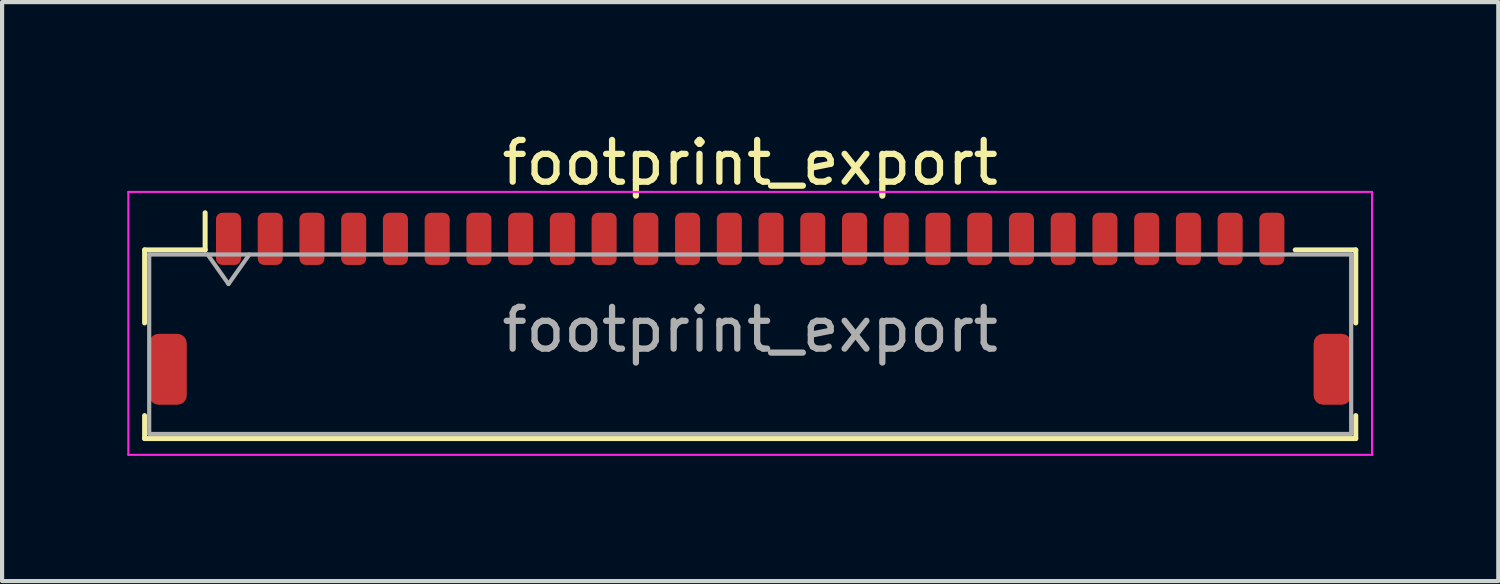
<source format=kicad_pcb>
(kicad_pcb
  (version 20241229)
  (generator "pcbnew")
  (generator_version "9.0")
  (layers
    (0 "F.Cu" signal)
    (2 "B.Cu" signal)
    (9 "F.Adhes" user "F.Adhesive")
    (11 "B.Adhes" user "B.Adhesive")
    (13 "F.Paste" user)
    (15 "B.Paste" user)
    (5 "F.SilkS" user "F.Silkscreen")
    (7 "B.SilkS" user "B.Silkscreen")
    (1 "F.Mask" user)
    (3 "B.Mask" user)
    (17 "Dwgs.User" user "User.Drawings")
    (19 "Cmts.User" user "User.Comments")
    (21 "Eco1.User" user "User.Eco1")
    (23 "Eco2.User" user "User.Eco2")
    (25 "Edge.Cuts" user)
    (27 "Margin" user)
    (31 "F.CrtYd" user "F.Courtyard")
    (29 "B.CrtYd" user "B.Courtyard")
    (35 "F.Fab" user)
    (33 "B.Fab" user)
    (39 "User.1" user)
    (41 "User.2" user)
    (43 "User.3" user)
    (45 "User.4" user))
  (footprint "footprint_export"
    (layer "F.Cu")
    (at 14.925 4.348)
    (property "Reference" "footprint_export" (at 0 -3.5 0) (layer "F.SilkS") (effects (font (size 1 1) (thickness 0.15))))
    (attr smd)
    (fp_line (start -14.51 -1.41) (end -13.06 -1.41) (stroke (width 0.12) (type solid)) (layer "F.SilkS"))
    (fp_line (start -14.51 0.34) (end -14.51 -1.41) (stroke (width 0.12) (type solid)) (layer "F.SilkS"))
    (fp_line (start -14.51 2.56) (end -14.51 3.11) (stroke (width 0.12) (type solid)) (layer "F.SilkS"))
    (fp_line (start -14.51 3.11) (end 14.51 3.11) (stroke (width 0.12) (type solid)) (layer "F.SilkS"))
    (fp_line (start -13.06 -1.41) (end -13.06 -2.3) (stroke (width 0.12) (type solid)) (layer "F.SilkS"))
    (fp_line (start 14.51 -1.41) (end 13.06 -1.41) (stroke (width 0.12) (type solid)) (layer "F.SilkS"))
    (fp_line (start 14.51 0.34) (end 14.51 -1.41) (stroke (width 0.12) (type solid)) (layer "F.SilkS"))
    (fp_line (start 14.51 3.11) (end 14.51 2.56) (stroke (width 0.12) (type solid)) (layer "F.SilkS"))
    (fp_line (start -14.9 -2.8) (end -14.9 3.5) (stroke (width 0.05) (type solid)) (layer "F.CrtYd"))
    (fp_line (start -14.9 3.5) (end 14.9 3.5) (stroke (width 0.05) (type solid)) (layer "F.CrtYd"))
    (fp_line (start 14.9 -2.8) (end -14.9 -2.8) (stroke (width 0.05) (type solid)) (layer "F.CrtYd"))
    (fp_line (start 14.9 3.5) (end 14.9 -2.8) (stroke (width 0.05) (type solid)) (layer "F.CrtYd"))
    (fp_line (start -14.4 -1.3) (end -14.4 3) (stroke (width 0.1) (type solid)) (layer "F.Fab"))
    (fp_line (start -14.4 -1.3) (end 14.4 -1.3) (stroke (width 0.1) (type solid)) (layer "F.Fab"))
    (fp_line (start -14.4 3) (end 14.4 3) (stroke (width 0.1) (type solid)) (layer "F.Fab"))
    (fp_line (start -13 -1.3) (end -12.5 -0.593) (stroke (width 0.1) (type solid)) (layer "F.Fab"))
    (fp_line (start -12.5 -0.593) (end -12 -1.3) (stroke (width 0.1) (type solid)) (layer "F.Fab"))
    (fp_line (start 14.4 -1.3) (end 14.4 3) (stroke (width 0.1) (type solid)) (layer "F.Fab"))
    (fp_text user "${REFERENCE}" (at 0 0.5 0) (layer "F.Fab") (effects (font (size 1 1) (thickness 0.15))))
    (pad "1" smd roundrect (at -12.5 -1.675) (size 0.6 1.25) (layers "F.Cu" "F.Mask" "F.Paste") (roundrect_rratio 0.25))
    (pad "2" smd roundrect (at -11.5 -1.675) (size 0.6 1.25) (layers "F.Cu" "F.Mask" "F.Paste") (roundrect_rratio 0.25))
    (pad "3" smd roundrect (at -10.5 -1.675) (size 0.6 1.25) (layers "F.Cu" "F.Mask" "F.Paste") (roundrect_rratio 0.25))
    (pad "4" smd roundrect (at -9.5 -1.675) (size 0.6 1.25) (layers "F.Cu" "F.Mask" "F.Paste") (roundrect_rratio 0.25))
    (pad "5" smd roundrect (at -8.5 -1.675) (size 0.6 1.25) (layers "F.Cu" "F.Mask" "F.Paste") (roundrect_rratio 0.25))
    (pad "6" smd roundrect (at -7.5 -1.675) (size 0.6 1.25) (layers "F.Cu" "F.Mask" "F.Paste") (roundrect_rratio 0.25))
    (pad "7" smd roundrect (at -6.5 -1.675) (size 0.6 1.25) (layers "F.Cu" "F.Mask" "F.Paste") (roundrect_rratio 0.25))
    (pad "8" smd roundrect (at -5.5 -1.675) (size 0.6 1.25) (layers "F.Cu" "F.Mask" "F.Paste") (roundrect_rratio 0.25))
    (pad "9" smd roundrect (at -4.5 -1.675) (size 0.6 1.25) (layers "F.Cu" "F.Mask" "F.Paste") (roundrect_rratio 0.25))
    (pad "10" smd roundrect (at -3.5 -1.675) (size 0.6 1.25) (layers "F.Cu" "F.Mask" "F.Paste") (roundrect_rratio 0.25))
    (pad "11" smd roundrect (at -2.5 -1.675) (size 0.6 1.25) (layers "F.Cu" "F.Mask" "F.Paste") (roundrect_rratio 0.25))
    (pad "12" smd roundrect (at -1.5 -1.675) (size 0.6 1.25) (layers "F.Cu" "F.Mask" "F.Paste") (roundrect_rratio 0.25))
    (pad "13" smd roundrect (at -0.5 -1.675) (size 0.6 1.25) (layers "F.Cu" "F.Mask" "F.Paste") (roundrect_rratio 0.25))
    (pad "14" smd roundrect (at 0.5 -1.675) (size 0.6 1.25) (layers "F.Cu" "F.Mask" "F.Paste") (roundrect_rratio 0.25))
    (pad "15" smd roundrect (at 1.5 -1.675) (size 0.6 1.25) (layers "F.Cu" "F.Mask" "F.Paste") (roundrect_rratio 0.25))
    (pad "16" smd roundrect (at 2.5 -1.675) (size 0.6 1.25) (layers "F.Cu" "F.Mask" "F.Paste") (roundrect_rratio 0.25))
    (pad "17" smd roundrect (at 3.5 -1.675) (size 0.6 1.25) (layers "F.Cu" "F.Mask" "F.Paste") (roundrect_rratio 0.25))
    (pad "18" smd roundrect (at 4.5 -1.675) (size 0.6 1.25) (layers "F.Cu" "F.Mask" "F.Paste") (roundrect_rratio 0.25))
    (pad "19" smd roundrect (at 5.5 -1.675) (size 0.6 1.25) (layers "F.Cu" "F.Mask" "F.Paste") (roundrect_rratio 0.25))
    (pad "20" smd roundrect (at 6.5 -1.675) (size 0.6 1.25) (layers "F.Cu" "F.Mask" "F.Paste") (roundrect_rratio 0.25))
    (pad "21" smd roundrect (at 7.5 -1.675) (size 0.6 1.25) (layers "F.Cu" "F.Mask" "F.Paste") (roundrect_rratio 0.25))
    (pad "22" smd roundrect (at 8.5 -1.675) (size 0.6 1.25) (layers "F.Cu" "F.Mask" "F.Paste") (roundrect_rratio 0.25))
    (pad "23" smd roundrect (at 9.5 -1.675) (size 0.6 1.25) (layers "F.Cu" "F.Mask" "F.Paste") (roundrect_rratio 0.25))
    (pad "24" smd roundrect (at 10.5 -1.675) (size 0.6 1.25) (layers "F.Cu" "F.Mask" "F.Paste") (roundrect_rratio 0.25))
    (pad "25" smd roundrect (at 11.5 -1.675) (size 0.6 1.25) (layers "F.Cu" "F.Mask" "F.Paste") (roundrect_rratio 0.25))
    (pad "26" smd roundrect (at 12.5 -1.675) (size 0.6 1.25) (layers "F.Cu" "F.Mask" "F.Paste") (roundrect_rratio 0.25))
    (pad "MP" smd roundrect (at -13.95 1.45) (size 0.9 1.7) (layers "F.Cu" "F.Mask" "F.Paste") (roundrect_rratio 0.25))
    (pad "MP" smd roundrect (at 13.95 1.45) (size 0.9 1.7) (layers "F.Cu" "F.Mask" "F.Paste") (roundrect_rratio 0.25)))
  (gr_rect
    (start -3 -3)
    (end 32.85 10.873)
    (stroke (width 0.1) (type default))
    (fill no)
    (layer "Edge.Cuts")))
</source>
